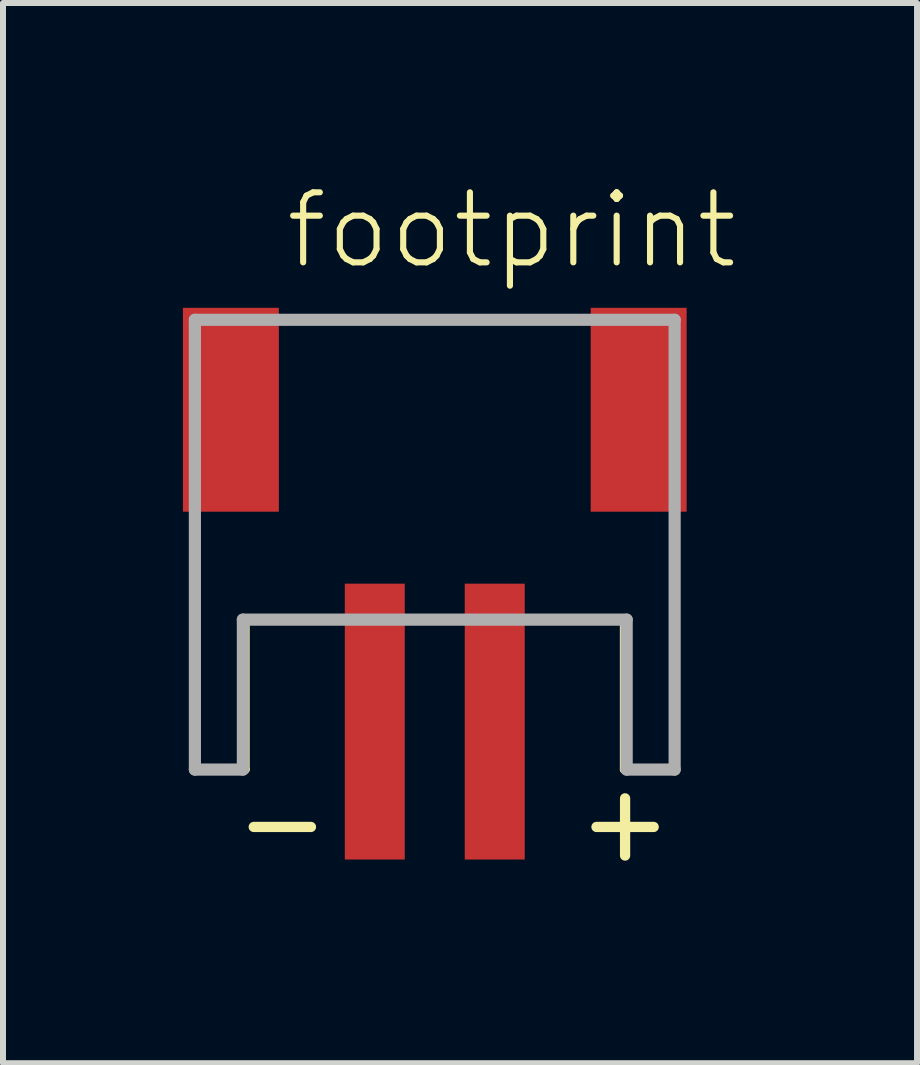
<source format=kicad_pcb>
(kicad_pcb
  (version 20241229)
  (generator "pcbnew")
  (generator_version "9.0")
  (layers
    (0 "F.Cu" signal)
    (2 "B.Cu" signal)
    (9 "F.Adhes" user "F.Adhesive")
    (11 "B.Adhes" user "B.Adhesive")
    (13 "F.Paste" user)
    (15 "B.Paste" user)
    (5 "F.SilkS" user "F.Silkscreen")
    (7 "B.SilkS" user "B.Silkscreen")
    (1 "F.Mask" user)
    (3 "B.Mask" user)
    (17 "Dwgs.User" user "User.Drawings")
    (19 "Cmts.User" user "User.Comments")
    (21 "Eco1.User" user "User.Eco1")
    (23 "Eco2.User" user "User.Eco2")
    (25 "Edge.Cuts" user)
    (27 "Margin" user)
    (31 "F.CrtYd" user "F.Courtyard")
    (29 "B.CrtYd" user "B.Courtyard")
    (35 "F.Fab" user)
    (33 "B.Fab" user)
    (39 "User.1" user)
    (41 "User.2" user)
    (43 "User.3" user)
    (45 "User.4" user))
  (footprint "footprint"
    (layer "F.Cu")
    (at 4.2 5.283)
    (property "Reference" "footprint" (at -2.54 -3.81 0) (layer "F.SilkS") (effects (font (size 1.168 1.168) (thickness 0.102)) (justify left bottom)))
    (fp_line (start -4 4.5) (end -4 0.5) (stroke (width 0.127) (type solid)) (layer "F.SilkS"))
    (fp_line (start -3.15 2) (end -3.15 4.5) (stroke (width 0.127) (type solid)) (layer "F.SilkS"))
    (fp_line (start -3.15 4.5) (end -4 4.5) (stroke (width 0.127) (type solid)) (layer "F.SilkS"))
    (fp_line (start -2.25 -3) (end 2.25 -3) (stroke (width 0.127) (type solid)) (layer "F.SilkS"))
    (fp_line (start -1.75 2) (end -3.15 2) (stroke (width 0.127) (type solid)) (layer "F.SilkS"))
    (fp_line (start 3.15 2) (end 1.75 2) (stroke (width 0.127) (type solid)) (layer "F.SilkS"))
    (fp_line (start 3.15 4.5) (end 3.15 2) (stroke (width 0.127) (type solid)) (layer "F.SilkS"))
    (fp_line (start 4 0.5) (end 4 4.5) (stroke (width 0.127) (type solid)) (layer "F.SilkS"))
    (fp_line (start 4 4.5) (end 3.15 4.5) (stroke (width 0.127) (type solid)) (layer "F.SilkS"))
    (fp_line (start -4 -3) (end 4 -3) (stroke (width 0.203) (type solid)) (layer "F.Fab"))
    (fp_line (start -4 4.5) (end -4 -3) (stroke (width 0.203) (type solid)) (layer "F.Fab"))
    (fp_line (start -3.2 2) (end -3.2 4.5) (stroke (width 0.203) (type solid)) (layer "F.Fab"))
    (fp_line (start -3.2 4.5) (end -4 4.5) (stroke (width 0.203) (type solid)) (layer "F.Fab"))
    (fp_line (start 3.2 2) (end -3.2 2) (stroke (width 0.203) (type solid)) (layer "F.Fab"))
    (fp_line (start 3.2 4.5) (end 3.2 2) (stroke (width 0.203) (type solid)) (layer "F.Fab"))
    (fp_line (start 4 -3) (end 4 4.5) (stroke (width 0.203) (type solid)) (layer "F.Fab"))
    (fp_line (start 4 4.5) (end 3.2 4.5) (stroke (width 0.203) (type solid)) (layer "F.Fab"))
    (fp_text user "-" (at -3.429 6.096 0) (layer "F.SilkS") (effects (font (size 1.252 1.252) (thickness 0.171)) (justify left bottom)))
    (fp_text user "+" (at 2.286 6.096 0) (layer "F.SilkS") (effects (font (size 1.252 1.252) (thickness 0.171)) (justify left bottom)))
    (pad "1" smd rect (at 1 3.7) (size 1 4.6) (layers "F.Cu" "F.Mask" "F.Paste"))
    (pad "2" smd rect (at -1 3.7) (size 1 4.6) (layers "F.Cu" "F.Mask" "F.Paste"))
    (pad "NC1" smd rect (at -3.4 -1.5 90) (size 3.4 1.6) (layers "F.Cu" "F.Mask" "F.Paste"))
    (pad "NC2" smd rect (at 3.4 -1.5 90) (size 3.4 1.6) (layers "F.Cu" "F.Mask" "F.Paste")))
  (gr_rect
    (start -3 -3)
    (end 12.242 14.679)
    (stroke (width 0.1) (type default))
    (fill no)
    (layer "Edge.Cuts")))
</source>
